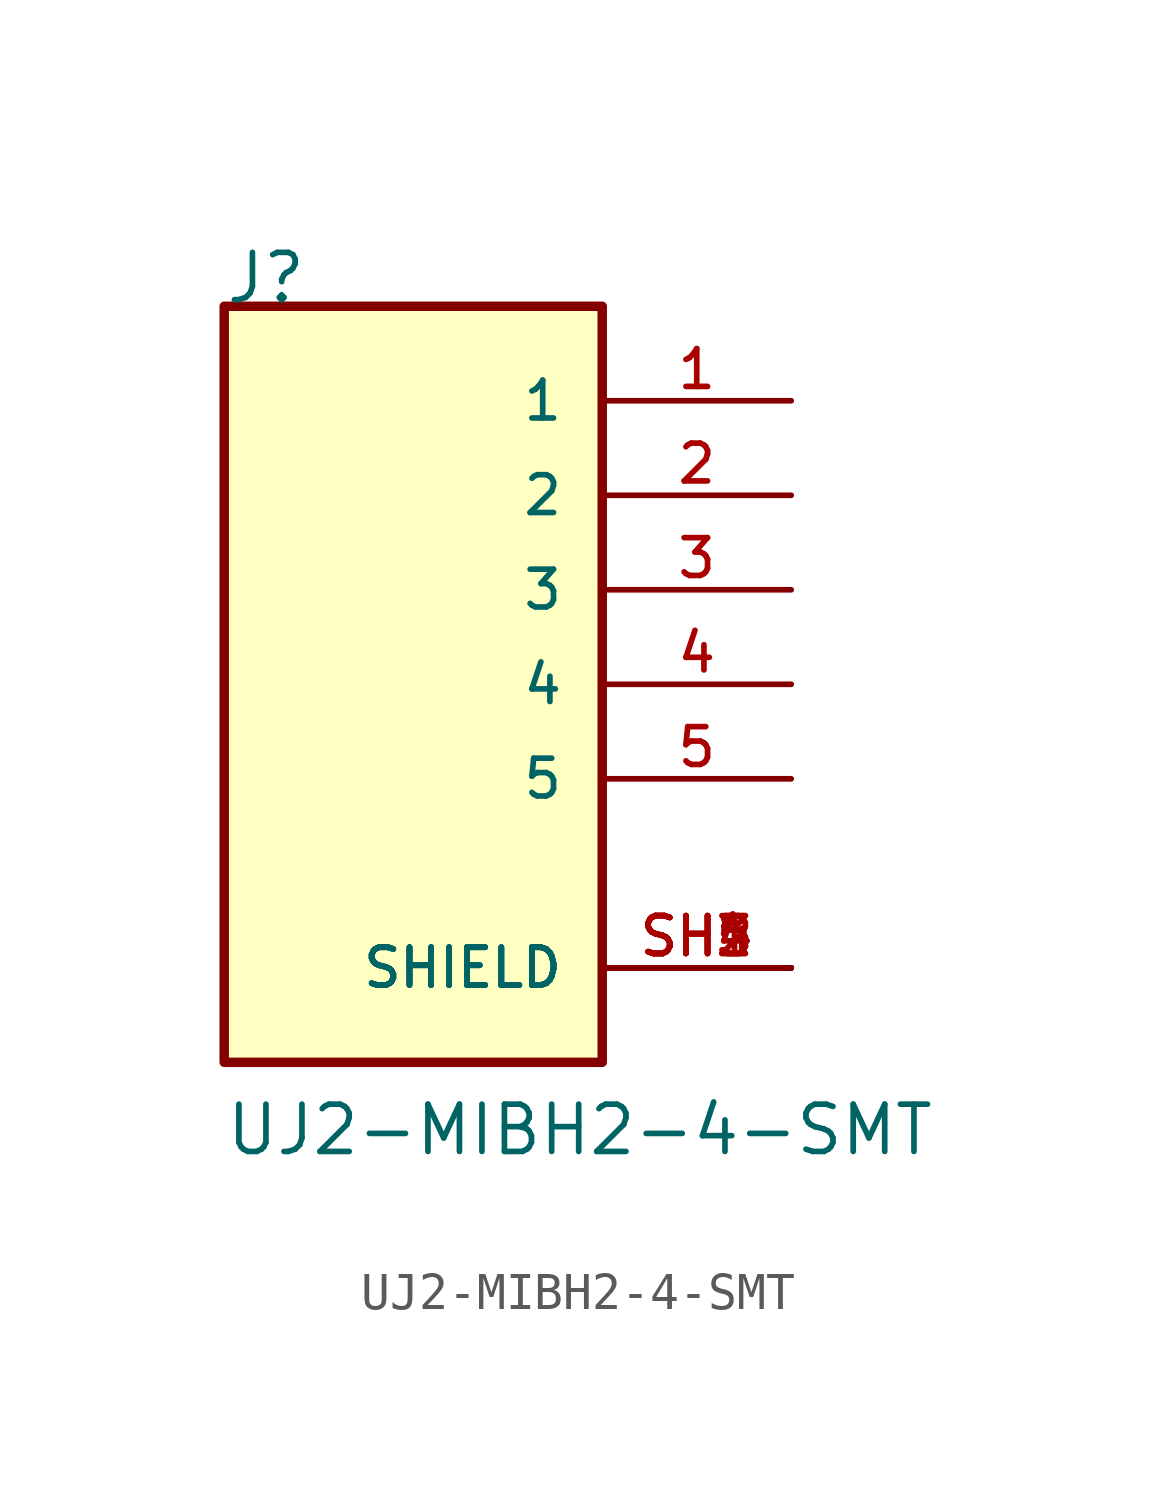
<source format=kicad_sym>
(kicad_symbol_lib
  (version 20211014)
  (generator kicad_symbol_editor)
  (symbol "UJ2-MIBH2-4-SMT"
    (pin_names
      (offset 1.016))
    (property "Reference" "J"
      (at -5.087 10.175 0)
      (effects (font (size 1.27 1.27)) (justify bottom left)))
    (property "Value" "UJ2-MIBH2-4-SMT"
      (at -5.087 -12.718 0)
      (effects (font (size 1.27 1.27)) (justify bottom left)))
    (symbol "UJ2-MIBH2-4-SMT_0_0"
      (rectangle (start -5.08 -10.16) (end 5.08 10.16) (stroke (width 0.254)) (fill (type background)))
      (pin passive line (at 10.16 7.62 180.0) (length 5.08) (name "1" (effects (font (size 1.016 1.016)))) (number "1" (effects (font (size 1.016 1.016)))))
      (pin passive line (at 10.16 5.08 180.0) (length 5.08) (name "2" (effects (font (size 1.016 1.016)))) (number "2" (effects (font (size 1.016 1.016)))))
      (pin passive line (at 10.16 2.54 180.0) (length 5.08) (name "3" (effects (font (size 1.016 1.016)))) (number "3" (effects (font (size 1.016 1.016)))))
      (pin passive line (at 10.16 0.0 180.0) (length 5.08) (name "4" (effects (font (size 1.016 1.016)))) (number "4" (effects (font (size 1.016 1.016)))))
      (pin passive line (at 10.16 -7.62 180.0) (length 5.08) (name "SHIELD" (effects (font (size 1.016 1.016)))) (number "SH1" (effects (font (size 1.016 1.016)))))
      (pin passive line (at 10.16 -7.62 180.0) (length 5.08) (name "SHIELD" (effects (font (size 1.016 1.016)))) (number "SH2" (effects (font (size 1.016 1.016)))))
      (pin passive line (at 10.16 -7.62 180.0) (length 5.08) (name "SHIELD" (effects (font (size 1.016 1.016)))) (number "SH3" (effects (font (size 1.016 1.016)))))
      (pin passive line (at 10.16 -7.62 180.0) (length 5.08) (name "SHIELD" (effects (font (size 1.016 1.016)))) (number "SH4" (effects (font (size 1.016 1.016)))))
      (pin passive line (at 10.16 -7.62 180.0) (length 5.08) (name "SHIELD" (effects (font (size 1.016 1.016)))) (number "SH5" (effects (font (size 1.016 1.016)))))
      (pin passive line (at 10.16 -2.54 180.0) (length 5.08) (name "5" (effects (font (size 1.016 1.016)))) (number "5" (effects (font (size 1.016 1.016))))))))
</source>
